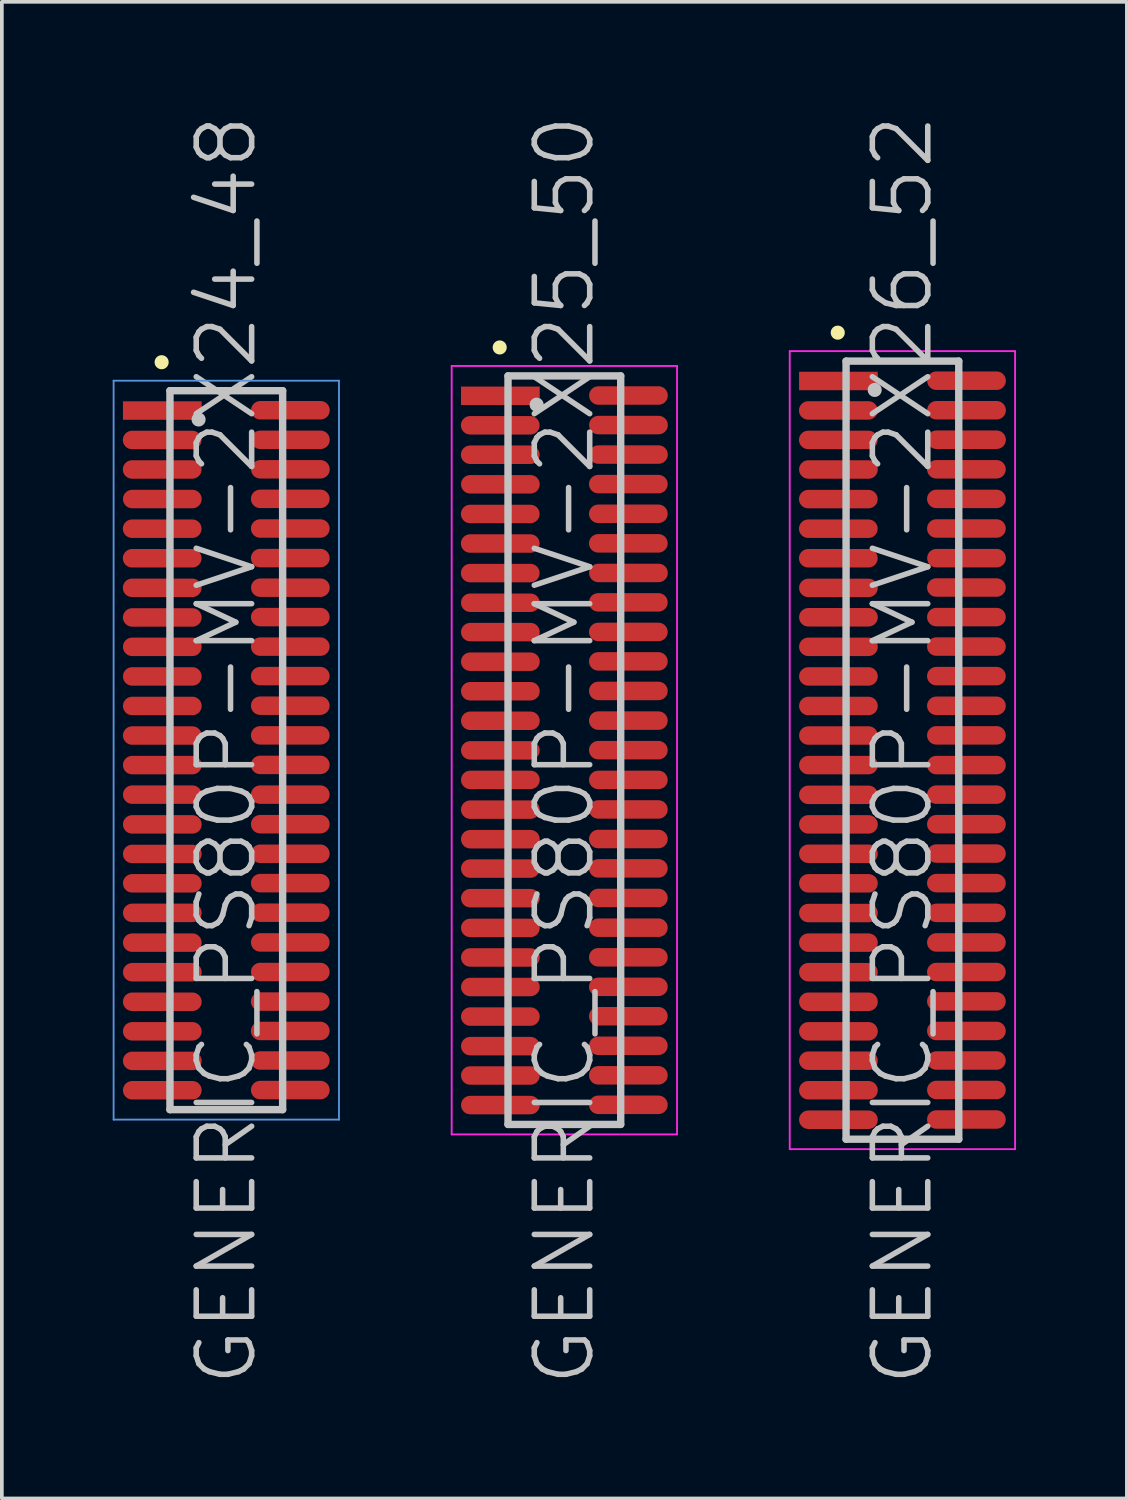
<source format=kicad_pcb>
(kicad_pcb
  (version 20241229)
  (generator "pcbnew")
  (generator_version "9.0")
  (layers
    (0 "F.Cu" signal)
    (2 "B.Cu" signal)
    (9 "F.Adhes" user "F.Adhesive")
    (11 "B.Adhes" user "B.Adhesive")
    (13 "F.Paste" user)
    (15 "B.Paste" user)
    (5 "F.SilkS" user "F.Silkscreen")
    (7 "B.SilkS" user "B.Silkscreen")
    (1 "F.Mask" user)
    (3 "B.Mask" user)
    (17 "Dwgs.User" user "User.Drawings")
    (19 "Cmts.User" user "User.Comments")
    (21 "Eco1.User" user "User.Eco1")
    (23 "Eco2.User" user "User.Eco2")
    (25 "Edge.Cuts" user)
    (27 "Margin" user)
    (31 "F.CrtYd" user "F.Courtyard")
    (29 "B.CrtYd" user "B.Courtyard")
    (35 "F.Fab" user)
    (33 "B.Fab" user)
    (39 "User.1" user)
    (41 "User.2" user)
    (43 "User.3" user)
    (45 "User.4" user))
  (footprint "GENERIC_PS80P-MV-2X26_52"
    (layer "F.Cu")
    (at 21.375 17.254)
    (property "Reference" "GENERIC_PS80P-MV-2X26_52" (at 0 0 90) (layer "Dwgs.User") (effects (font (size 1.5 1.5) (thickness 0.15))))
    (attr smd)
    (fp_line (start -1.75 -11.3) (end -1.75 -11.3) (stroke (width 0.381) (type solid)) (layer "F.SilkS"))
    (fp_line (start -1.525 -10.53) (end -1.525 10.53) (stroke (width 0.2) (type solid)) (layer "Dwgs.User"))
    (fp_line (start -1.525 -10.53) (end 1.525 -10.53) (stroke (width 0.2) (type solid)) (layer "Dwgs.User"))
    (fp_line (start -1.525 10.53) (end 1.525 10.53) (stroke (width 0.2) (type solid)) (layer "Dwgs.User"))
    (fp_line (start -0.75 -9.75) (end -0.75 -9.75) (stroke (width 0.381) (type solid)) (layer "Dwgs.User"))
    (fp_line (start 1.525 -10.53) (end 1.525 10.53) (stroke (width 0.2) (type solid)) (layer "Dwgs.User"))
    (fp_line (start -3.05 -10.8) (end -3.05 10.8) (stroke (width 0.05) (type solid)) (layer "F.CrtYd"))
    (fp_line (start -3.05 -10.8) (end 3.05 -10.8) (stroke (width 0.05) (type solid)) (layer "F.CrtYd"))
    (fp_line (start -3.05 10.8) (end 3.05 10.8) (stroke (width 0.05) (type solid)) (layer "F.CrtYd"))
    (fp_line (start 3.05 -10.8) (end 3.05 10.8) (stroke (width 0.05) (type solid)) (layer "F.CrtYd"))
    (pad "1" smd rect (at -1.732 -9.992 270) (size 0.5 2.13) (layers "F.Cu" "F.Mask" "F.Paste"))
    (pad "2" smd oval (at 1.735 -10 270) (size 0.5 2.13) (layers "F.Cu" "F.Mask" "F.Paste"))
    (pad "3" smd oval (at -1.735 -9.195 270) (size 0.5 2.13) (layers "F.Cu" "F.Mask" "F.Paste"))
    (pad "4" smd oval (at 1.735 -9.2 270) (size 0.5 2.13) (layers "F.Cu" "F.Mask" "F.Paste"))
    (pad "5" smd oval (at -1.735 -8.397 270) (size 0.5 2.13) (layers "F.Cu" "F.Mask" "F.Paste"))
    (pad "6" smd oval (at 1.735 -8.402 270) (size 0.5 2.13) (layers "F.Cu" "F.Mask" "F.Paste"))
    (pad "7" smd oval (at -1.732 -7.597 270) (size 0.5 2.13) (layers "F.Cu" "F.Mask" "F.Paste"))
    (pad "8" smd oval (at 1.732 -7.602 270) (size 0.5 2.13) (layers "F.Cu" "F.Mask" "F.Paste"))
    (pad "9" smd oval (at -1.735 -6.795 270) (size 0.5 2.13) (layers "F.Cu" "F.Mask" "F.Paste"))
    (pad "10" smd oval (at 1.732 -6.8 270) (size 0.5 2.13) (layers "F.Cu" "F.Mask" "F.Paste"))
    (pad "11" smd oval (at -1.735 -5.994 270) (size 0.5 2.13) (layers "F.Cu" "F.Mask" "F.Paste"))
    (pad "12" smd oval (at 1.732 -5.999 270) (size 0.5 2.13) (layers "F.Cu" "F.Mask" "F.Paste"))
    (pad "13" smd oval (at -1.735 -5.194 270) (size 0.5 2.13) (layers "F.Cu" "F.Mask" "F.Paste"))
    (pad "14" smd oval (at 1.735 -5.197 270) (size 0.5 2.13) (layers "F.Cu" "F.Mask" "F.Paste"))
    (pad "15" smd oval (at -1.732 -4.392 270) (size 0.5 2.13) (layers "F.Cu" "F.Mask" "F.Paste"))
    (pad "16" smd oval (at 1.732 -4.402 270) (size 0.5 2.13) (layers "F.Cu" "F.Mask" "F.Paste"))
    (pad "17" smd oval (at -1.732 -3.597 270) (size 0.5 2.13) (layers "F.Cu" "F.Mask" "F.Paste"))
    (pad "18" smd oval (at 1.732 -3.602 270) (size 0.5 2.13) (layers "F.Cu" "F.Mask" "F.Paste"))
    (pad "19" smd oval (at -1.732 -2.797 270) (size 0.5 2.13) (layers "F.Cu" "F.Mask" "F.Paste"))
    (pad "20" smd oval (at 1.732 -2.804 270) (size 0.5 2.13) (layers "F.Cu" "F.Mask" "F.Paste"))
    (pad "21" smd oval (at -1.732 -1.996 270) (size 0.5 2.13) (layers "F.Cu" "F.Mask" "F.Paste"))
    (pad "22" smd oval (at 1.732 -2.004 270) (size 0.5 2.13) (layers "F.Cu" "F.Mask" "F.Paste"))
    (pad "23" smd oval (at -1.732 -1.196 270) (size 0.5 2.13) (layers "F.Cu" "F.Mask" "F.Paste"))
    (pad "24" smd oval (at 1.732 -1.201 270) (size 0.5 2.13) (layers "F.Cu" "F.Mask" "F.Paste"))
    (pad "25" smd oval (at -1.732 -0.396 270) (size 0.5 2.13) (layers "F.Cu" "F.Mask" "F.Paste"))
    (pad "26" smd oval (at 1.732 -0.401 270) (size 0.5 2.13) (layers "F.Cu" "F.Mask" "F.Paste"))
    (pad "27" smd oval (at -1.732 0.404 270) (size 0.5 2.13) (layers "F.Cu" "F.Mask" "F.Paste"))
    (pad "28" smd oval (at 1.732 0.404 270) (size 0.5 2.13) (layers "F.Cu" "F.Mask" "F.Paste"))
    (pad "29" smd oval (at -1.732 1.209 270) (size 0.5 2.13) (layers "F.Cu" "F.Mask" "F.Paste"))
    (pad "30" smd oval (at 1.732 1.204 270) (size 0.5 2.13) (layers "F.Cu" "F.Mask" "F.Paste"))
    (pad "31" smd oval (at -1.732 2.009 270) (size 0.5 2.13) (layers "F.Cu" "F.Mask" "F.Paste"))
    (pad "32" smd oval (at 1.732 2.004 270) (size 0.5 2.13) (layers "F.Cu" "F.Mask" "F.Paste"))
    (pad "33" smd oval (at -1.732 2.804 270) (size 0.5 2.13) (layers "F.Cu" "F.Mask" "F.Paste"))
    (pad "34" smd oval (at 1.732 2.799 270) (size 0.5 2.13) (layers "F.Cu" "F.Mask" "F.Paste"))
    (pad "35" smd oval (at -1.732 3.604 270) (size 0.5 2.13) (layers "F.Cu" "F.Mask" "F.Paste"))
    (pad "36" smd oval (at 1.732 3.599 270) (size 0.5 2.13) (layers "F.Cu" "F.Mask" "F.Paste"))
    (pad "37" smd oval (at -1.732 4.409 270) (size 0.5 2.13) (layers "F.Cu" "F.Mask" "F.Paste"))
    (pad "38" smd oval (at 1.732 4.404 270) (size 0.5 2.13) (layers "F.Cu" "F.Mask" "F.Paste"))
    (pad "39" smd oval (at -1.732 5.21 270) (size 0.5 2.13) (layers "F.Cu" "F.Mask" "F.Paste"))
    (pad "40" smd oval (at 1.732 5.204 270) (size 0.5 2.13) (layers "F.Cu" "F.Mask" "F.Paste"))
    (pad "41" smd oval (at -1.732 6.01 270) (size 0.5 2.13) (layers "F.Cu" "F.Mask" "F.Paste"))
    (pad "42" smd oval (at 1.732 6.005 270) (size 0.5 2.13) (layers "F.Cu" "F.Mask" "F.Paste"))
    (pad "43" smd oval (at -1.732 6.81 270) (size 0.5 2.13) (layers "F.Cu" "F.Mask" "F.Paste"))
    (pad "44" smd oval (at 1.732 6.8 270) (size 0.5 2.13) (layers "F.Cu" "F.Mask" "F.Paste"))
    (pad "45" smd oval (at -1.732 7.61 270) (size 0.5 2.13) (layers "F.Cu" "F.Mask" "F.Paste"))
    (pad "46" smd oval (at 1.732 7.6 270) (size 0.5 2.13) (layers "F.Cu" "F.Mask" "F.Paste"))
    (pad "47" smd oval (at -1.732 8.405 270) (size 0.5 2.13) (layers "F.Cu" "F.Mask" "F.Paste"))
    (pad "48" smd oval (at 1.732 8.4 270) (size 0.5 2.13) (layers "F.Cu" "F.Mask" "F.Paste"))
    (pad "49" smd oval (at -1.732 9.205 270) (size 0.5 2.13) (layers "F.Cu" "F.Mask" "F.Paste"))
    (pad "50" smd oval (at 1.732 9.197 270) (size 0.5 2.13) (layers "F.Cu" "F.Mask" "F.Paste"))
    (pad "51" smd oval (at -1.732 10.003 270) (size 0.5 2.13) (layers "F.Cu" "F.Mask" "F.Paste"))
    (pad "52" smd oval (at 1.732 9.997 270) (size 0.5 2.13) (layers "F.Cu" "F.Mask" "F.Paste")))
  (footprint "GENERIC_PS80P-MV-2X24_48"
    (layer "F.Cu")
    (at 3.075 17.254)
    (property "Reference" "GENERIC_PS80P-MV-2X24_48" (at 0 0 90) (layer "Dwgs.User") (effects (font (size 1.5 1.5) (thickness 0.15))))
    (attr smd)
    (fp_line (start -1.75 -10.5) (end -1.75 -10.5) (stroke (width 0.381) (type solid)) (layer "F.SilkS"))
    (fp_line (start -1.525 -9.73) (end -1.525 9.73) (stroke (width 0.2) (type solid)) (layer "Dwgs.User"))
    (fp_line (start -1.525 -9.73) (end 1.525 -9.73) (stroke (width 0.2) (type solid)) (layer "Dwgs.User"))
    (fp_line (start -1.525 9.73) (end 1.525 9.73) (stroke (width 0.2) (type solid)) (layer "Dwgs.User"))
    (fp_line (start -0.75 -8.95) (end -0.75 -8.95) (stroke (width 0.381) (type solid)) (layer "Dwgs.User"))
    (fp_line (start 1.525 -9.73) (end 1.525 9.73) (stroke (width 0.2) (type solid)) (layer "Dwgs.User"))
    (fp_line (start -3.05 -10) (end -3.05 10) (stroke (width 0.05) (type solid)) (layer "Cmts.User"))
    (fp_line (start -3.05 -10) (end 3.05 -10) (stroke (width 0.05) (type solid)) (layer "Cmts.User"))
    (fp_line (start -3.05 10) (end 3.05 10) (stroke (width 0.05) (type solid)) (layer "Cmts.User"))
    (fp_line (start 3.05 -10) (end 3.05 10) (stroke (width 0.05) (type solid)) (layer "Cmts.User"))
    (pad "1" smd rect (at -1.732 -9.192 270) (size 0.5 2.13) (layers "F.Cu" "F.Mask" "F.Paste"))
    (pad "2" smd oval (at 1.735 -9.2 270) (size 0.5 2.13) (layers "F.Cu" "F.Mask" "F.Paste"))
    (pad "3" smd oval (at -1.735 -8.395 270) (size 0.5 2.13) (layers "F.Cu" "F.Mask" "F.Paste"))
    (pad "4" smd oval (at 1.735 -8.4 270) (size 0.5 2.13) (layers "F.Cu" "F.Mask" "F.Paste"))
    (pad "5" smd oval (at -1.735 -7.597 270) (size 0.5 2.13) (layers "F.Cu" "F.Mask" "F.Paste"))
    (pad "6" smd oval (at 1.735 -7.602 270) (size 0.5 2.13) (layers "F.Cu" "F.Mask" "F.Paste"))
    (pad "7" smd oval (at -1.732 -6.797 270) (size 0.5 2.13) (layers "F.Cu" "F.Mask" "F.Paste"))
    (pad "8" smd oval (at 1.732 -6.802 270) (size 0.5 2.13) (layers "F.Cu" "F.Mask" "F.Paste"))
    (pad "9" smd oval (at -1.735 -5.994 270) (size 0.5 2.13) (layers "F.Cu" "F.Mask" "F.Paste"))
    (pad "10" smd oval (at 1.732 -5.999 270) (size 0.5 2.13) (layers "F.Cu" "F.Mask" "F.Paste"))
    (pad "11" smd oval (at -1.735 -5.194 270) (size 0.5 2.13) (layers "F.Cu" "F.Mask" "F.Paste"))
    (pad "12" smd oval (at 1.732 -5.199 270) (size 0.5 2.13) (layers "F.Cu" "F.Mask" "F.Paste"))
    (pad "13" smd oval (at -1.735 -4.394 270) (size 0.5 2.13) (layers "F.Cu" "F.Mask" "F.Paste"))
    (pad "14" smd oval (at 1.735 -4.397 270) (size 0.5 2.13) (layers "F.Cu" "F.Mask" "F.Paste"))
    (pad "15" smd oval (at -1.732 -3.592 270) (size 0.5 2.13) (layers "F.Cu" "F.Mask" "F.Paste"))
    (pad "16" smd oval (at 1.732 -3.602 270) (size 0.5 2.13) (layers "F.Cu" "F.Mask" "F.Paste"))
    (pad "17" smd oval (at -1.732 -2.797 270) (size 0.5 2.13) (layers "F.Cu" "F.Mask" "F.Paste"))
    (pad "18" smd oval (at 1.732 -2.802 270) (size 0.5 2.13) (layers "F.Cu" "F.Mask" "F.Paste"))
    (pad "19" smd oval (at -1.732 -1.996 270) (size 0.5 2.13) (layers "F.Cu" "F.Mask" "F.Paste"))
    (pad "20" smd oval (at 1.732 -2.004 270) (size 0.5 2.13) (layers "F.Cu" "F.Mask" "F.Paste"))
    (pad "21" smd oval (at -1.732 -1.196 270) (size 0.5 2.13) (layers "F.Cu" "F.Mask" "F.Paste"))
    (pad "22" smd oval (at 1.732 -1.204 270) (size 0.5 2.13) (layers "F.Cu" "F.Mask" "F.Paste"))
    (pad "23" smd oval (at -1.732 -0.396 270) (size 0.5 2.13) (layers "F.Cu" "F.Mask" "F.Paste"))
    (pad "24" smd oval (at 1.732 -0.401 270) (size 0.5 2.13) (layers "F.Cu" "F.Mask" "F.Paste"))
    (pad "25" smd oval (at -1.732 0.404 270) (size 0.5 2.13) (layers "F.Cu" "F.Mask" "F.Paste"))
    (pad "26" smd oval (at 1.732 0.399 270) (size 0.5 2.13) (layers "F.Cu" "F.Mask" "F.Paste"))
    (pad "27" smd oval (at -1.732 1.204 270) (size 0.5 2.13) (layers "F.Cu" "F.Mask" "F.Paste"))
    (pad "28" smd oval (at 1.732 1.204 270) (size 0.5 2.13) (layers "F.Cu" "F.Mask" "F.Paste"))
    (pad "29" smd oval (at -1.732 2.009 270) (size 0.5 2.13) (layers "F.Cu" "F.Mask" "F.Paste"))
    (pad "30" smd oval (at 1.732 2.004 270) (size 0.5 2.13) (layers "F.Cu" "F.Mask" "F.Paste"))
    (pad "31" smd oval (at -1.732 2.809 270) (size 0.5 2.13) (layers "F.Cu" "F.Mask" "F.Paste"))
    (pad "32" smd oval (at 1.732 2.804 270) (size 0.5 2.13) (layers "F.Cu" "F.Mask" "F.Paste"))
    (pad "33" smd oval (at -1.732 3.604 270) (size 0.5 2.13) (layers "F.Cu" "F.Mask" "F.Paste"))
    (pad "34" smd oval (at 1.732 3.599 270) (size 0.5 2.13) (layers "F.Cu" "F.Mask" "F.Paste"))
    (pad "35" smd oval (at -1.732 4.404 270) (size 0.5 2.13) (layers "F.Cu" "F.Mask" "F.Paste"))
    (pad "36" smd oval (at 1.732 4.399 270) (size 0.5 2.13) (layers "F.Cu" "F.Mask" "F.Paste"))
    (pad "37" smd oval (at -1.732 5.21 270) (size 0.5 2.13) (layers "F.Cu" "F.Mask" "F.Paste"))
    (pad "38" smd oval (at 1.732 5.204 270) (size 0.5 2.13) (layers "F.Cu" "F.Mask" "F.Paste"))
    (pad "39" smd oval (at -1.732 6.01 270) (size 0.5 2.13) (layers "F.Cu" "F.Mask" "F.Paste"))
    (pad "40" smd oval (at 1.732 6.005 270) (size 0.5 2.13) (layers "F.Cu" "F.Mask" "F.Paste"))
    (pad "41" smd oval (at -1.732 6.81 270) (size 0.5 2.13) (layers "F.Cu" "F.Mask" "F.Paste"))
    (pad "42" smd oval (at 1.732 6.805 270) (size 0.5 2.13) (layers "F.Cu" "F.Mask" "F.Paste"))
    (pad "43" smd oval (at -1.732 7.61 270) (size 0.5 2.13) (layers "F.Cu" "F.Mask" "F.Paste"))
    (pad "44" smd oval (at 1.732 7.6 270) (size 0.5 2.13) (layers "F.Cu" "F.Mask" "F.Paste"))
    (pad "45" smd oval (at -1.732 8.41 270) (size 0.5 2.13) (layers "F.Cu" "F.Mask" "F.Paste"))
    (pad "46" smd oval (at 1.732 8.4 270) (size 0.5 2.13) (layers "F.Cu" "F.Mask" "F.Paste"))
    (pad "47" smd oval (at -1.732 9.205 270) (size 0.5 2.13) (layers "F.Cu" "F.Mask" "F.Paste"))
    (pad "48" smd oval (at 1.732 9.2 270) (size 0.5 2.13) (layers "F.Cu" "F.Mask" "F.Paste")))
  (footprint "GENERIC_PS80P-MV-2X25_50"
    (layer "F.Cu")
    (at 12.225 17.254)
    (property "Reference" "GENERIC_PS80P-MV-2X25_50" (at 0 0 90) (layer "Dwgs.User") (effects (font (size 1.5 1.5) (thickness 0.15))))
    (attr smd)
    (fp_line (start -1.75 -10.9) (end -1.75 -10.9) (stroke (width 0.381) (type solid)) (layer "F.SilkS"))
    (fp_line (start -1.525 -10.13) (end -1.525 10.13) (stroke (width 0.2) (type solid)) (layer "Dwgs.User"))
    (fp_line (start -1.525 -10.13) (end 1.525 -10.13) (stroke (width 0.2) (type solid)) (layer "Dwgs.User"))
    (fp_line (start -1.525 10.13) (end 1.525 10.13) (stroke (width 0.2) (type solid)) (layer "Dwgs.User"))
    (fp_line (start -0.75 -9.35) (end -0.75 -9.35) (stroke (width 0.381) (type solid)) (layer "Dwgs.User"))
    (fp_line (start 1.525 -10.13) (end 1.525 10.13) (stroke (width 0.2) (type solid)) (layer "Dwgs.User"))
    (fp_line (start -3.05 -10.4) (end -3.05 10.4) (stroke (width 0.05) (type solid)) (layer "F.CrtYd"))
    (fp_line (start -3.05 -10.4) (end 3.05 -10.4) (stroke (width 0.05) (type solid)) (layer "F.CrtYd"))
    (fp_line (start -3.05 10.4) (end 3.05 10.4) (stroke (width 0.05) (type solid)) (layer "F.CrtYd"))
    (fp_line (start 3.05 -10.4) (end 3.05 10.4) (stroke (width 0.05) (type solid)) (layer "F.CrtYd"))
    (pad "1" smd rect (at -1.732 -9.591 270) (size 0.5 2.13) (layers "F.Cu" "F.Mask" "F.Paste"))
    (pad "2" smd oval (at 1.735 -9.599 270) (size 0.5 2.13) (layers "F.Cu" "F.Mask" "F.Paste"))
    (pad "3" smd oval (at -1.735 -8.793 270) (size 0.5 2.13) (layers "F.Cu" "F.Mask" "F.Paste"))
    (pad "4" smd oval (at 1.735 -8.799 270) (size 0.5 2.13) (layers "F.Cu" "F.Mask" "F.Paste"))
    (pad "5" smd oval (at -1.735 -7.996 270) (size 0.5 2.13) (layers "F.Cu" "F.Mask" "F.Paste"))
    (pad "6" smd oval (at 1.735 -8.001 270) (size 0.5 2.13) (layers "F.Cu" "F.Mask" "F.Paste"))
    (pad "7" smd oval (at -1.732 -7.196 270) (size 0.5 2.13) (layers "F.Cu" "F.Mask" "F.Paste"))
    (pad "8" smd oval (at 1.732 -7.201 270) (size 0.5 2.13) (layers "F.Cu" "F.Mask" "F.Paste"))
    (pad "9" smd oval (at -1.735 -6.393 270) (size 0.5 2.13) (layers "F.Cu" "F.Mask" "F.Paste"))
    (pad "10" smd oval (at 1.732 -6.398 270) (size 0.5 2.13) (layers "F.Cu" "F.Mask" "F.Paste"))
    (pad "11" smd oval (at -1.735 -5.593 270) (size 0.5 2.13) (layers "F.Cu" "F.Mask" "F.Paste"))
    (pad "12" smd oval (at 1.732 -5.598 270) (size 0.5 2.13) (layers "F.Cu" "F.Mask" "F.Paste"))
    (pad "13" smd oval (at -1.735 -4.793 270) (size 0.5 2.13) (layers "F.Cu" "F.Mask" "F.Paste"))
    (pad "14" smd oval (at 1.735 -4.796 270) (size 0.5 2.13) (layers "F.Cu" "F.Mask" "F.Paste"))
    (pad "15" smd oval (at -1.732 -3.99 270) (size 0.5 2.13) (layers "F.Cu" "F.Mask" "F.Paste"))
    (pad "16" smd oval (at 1.732 -4 270) (size 0.5 2.13) (layers "F.Cu" "F.Mask" "F.Paste"))
    (pad "17" smd oval (at -1.732 -3.195 270) (size 0.5 2.13) (layers "F.Cu" "F.Mask" "F.Paste"))
    (pad "18" smd oval (at 1.732 -3.2 270) (size 0.5 2.13) (layers "F.Cu" "F.Mask" "F.Paste"))
    (pad "19" smd oval (at -1.732 -2.395 270) (size 0.5 2.13) (layers "F.Cu" "F.Mask" "F.Paste"))
    (pad "20" smd oval (at 1.732 -2.403 270) (size 0.5 2.13) (layers "F.Cu" "F.Mask" "F.Paste"))
    (pad "21" smd oval (at -1.732 -1.595 270) (size 0.5 2.13) (layers "F.Cu" "F.Mask" "F.Paste"))
    (pad "22" smd oval (at 1.732 -1.603 270) (size 0.5 2.13) (layers "F.Cu" "F.Mask" "F.Paste"))
    (pad "23" smd oval (at -1.732 -0.795 270) (size 0.5 2.13) (layers "F.Cu" "F.Mask" "F.Paste"))
    (pad "24" smd oval (at 1.732 -0.8 270) (size 0.5 2.13) (layers "F.Cu" "F.Mask" "F.Paste"))
    (pad "25" smd oval (at -1.732 0.005 270) (size 0.5 2.13) (layers "F.Cu" "F.Mask" "F.Paste"))
    (pad "26" smd oval (at 1.732 0 270) (size 0.5 2.13) (layers "F.Cu" "F.Mask" "F.Paste"))
    (pad "27" smd oval (at -1.732 0.805 270) (size 0.5 2.13) (layers "F.Cu" "F.Mask" "F.Paste"))
    (pad "28" smd oval (at 1.732 0.805 270) (size 0.5 2.13) (layers "F.Cu" "F.Mask" "F.Paste"))
    (pad "29" smd oval (at -1.732 1.61 270) (size 0.5 2.13) (layers "F.Cu" "F.Mask" "F.Paste"))
    (pad "30" smd oval (at 1.732 1.605 270) (size 0.5 2.13) (layers "F.Cu" "F.Mask" "F.Paste"))
    (pad "31" smd oval (at -1.732 2.41 270) (size 0.5 2.13) (layers "F.Cu" "F.Mask" "F.Paste"))
    (pad "32" smd oval (at 1.732 2.405 270) (size 0.5 2.13) (layers "F.Cu" "F.Mask" "F.Paste"))
    (pad "33" smd oval (at -1.732 3.205 270) (size 0.5 2.13) (layers "F.Cu" "F.Mask" "F.Paste"))
    (pad "34" smd oval (at 1.732 3.2 270) (size 0.5 2.13) (layers "F.Cu" "F.Mask" "F.Paste"))
    (pad "35" smd oval (at -1.732 4.006 270) (size 0.5 2.13) (layers "F.Cu" "F.Mask" "F.Paste"))
    (pad "36" smd oval (at 1.732 4 270) (size 0.5 2.13) (layers "F.Cu" "F.Mask" "F.Paste"))
    (pad "37" smd oval (at -1.732 4.811 270) (size 0.5 2.13) (layers "F.Cu" "F.Mask" "F.Paste"))
    (pad "38" smd oval (at 1.732 4.806 270) (size 0.5 2.13) (layers "F.Cu" "F.Mask" "F.Paste"))
    (pad "39" smd oval (at -1.732 5.611 270) (size 0.5 2.13) (layers "F.Cu" "F.Mask" "F.Paste"))
    (pad "40" smd oval (at 1.732 5.606 270) (size 0.5 2.13) (layers "F.Cu" "F.Mask" "F.Paste"))
    (pad "41" smd oval (at -1.732 6.411 270) (size 0.5 2.13) (layers "F.Cu" "F.Mask" "F.Paste"))
    (pad "42" smd oval (at 1.732 6.406 270) (size 0.5 2.13) (layers "F.Cu" "F.Mask" "F.Paste"))
    (pad "43" smd oval (at -1.732 7.211 270) (size 0.5 2.13) (layers "F.Cu" "F.Mask" "F.Paste"))
    (pad "44" smd oval (at 1.732 7.201 270) (size 0.5 2.13) (layers "F.Cu" "F.Mask" "F.Paste"))
    (pad "45" smd oval (at -1.732 8.011 270) (size 0.5 2.13) (layers "F.Cu" "F.Mask" "F.Paste"))
    (pad "46" smd oval (at 1.732 8.001 270) (size 0.5 2.13) (layers "F.Cu" "F.Mask" "F.Paste"))
    (pad "47" smd oval (at -1.732 8.806 270) (size 0.5 2.13) (layers "F.Cu" "F.Mask" "F.Paste"))
    (pad "48" smd oval (at 1.732 8.801 270) (size 0.5 2.13) (layers "F.Cu" "F.Mask" "F.Paste"))
    (pad "49" smd oval (at -1.732 9.606 270) (size 0.5 2.13) (layers "F.Cu" "F.Mask" "F.Paste"))
    (pad "50" smd oval (at 1.732 9.599 270) (size 0.5 2.13) (layers "F.Cu" "F.Mask" "F.Paste")))
  (gr_rect
    (start -3 -3)
    (end 27.45 37.507)
    (stroke (width 0.1) (type default))
    (fill no)
    (layer "Edge.Cuts")))
</source>
